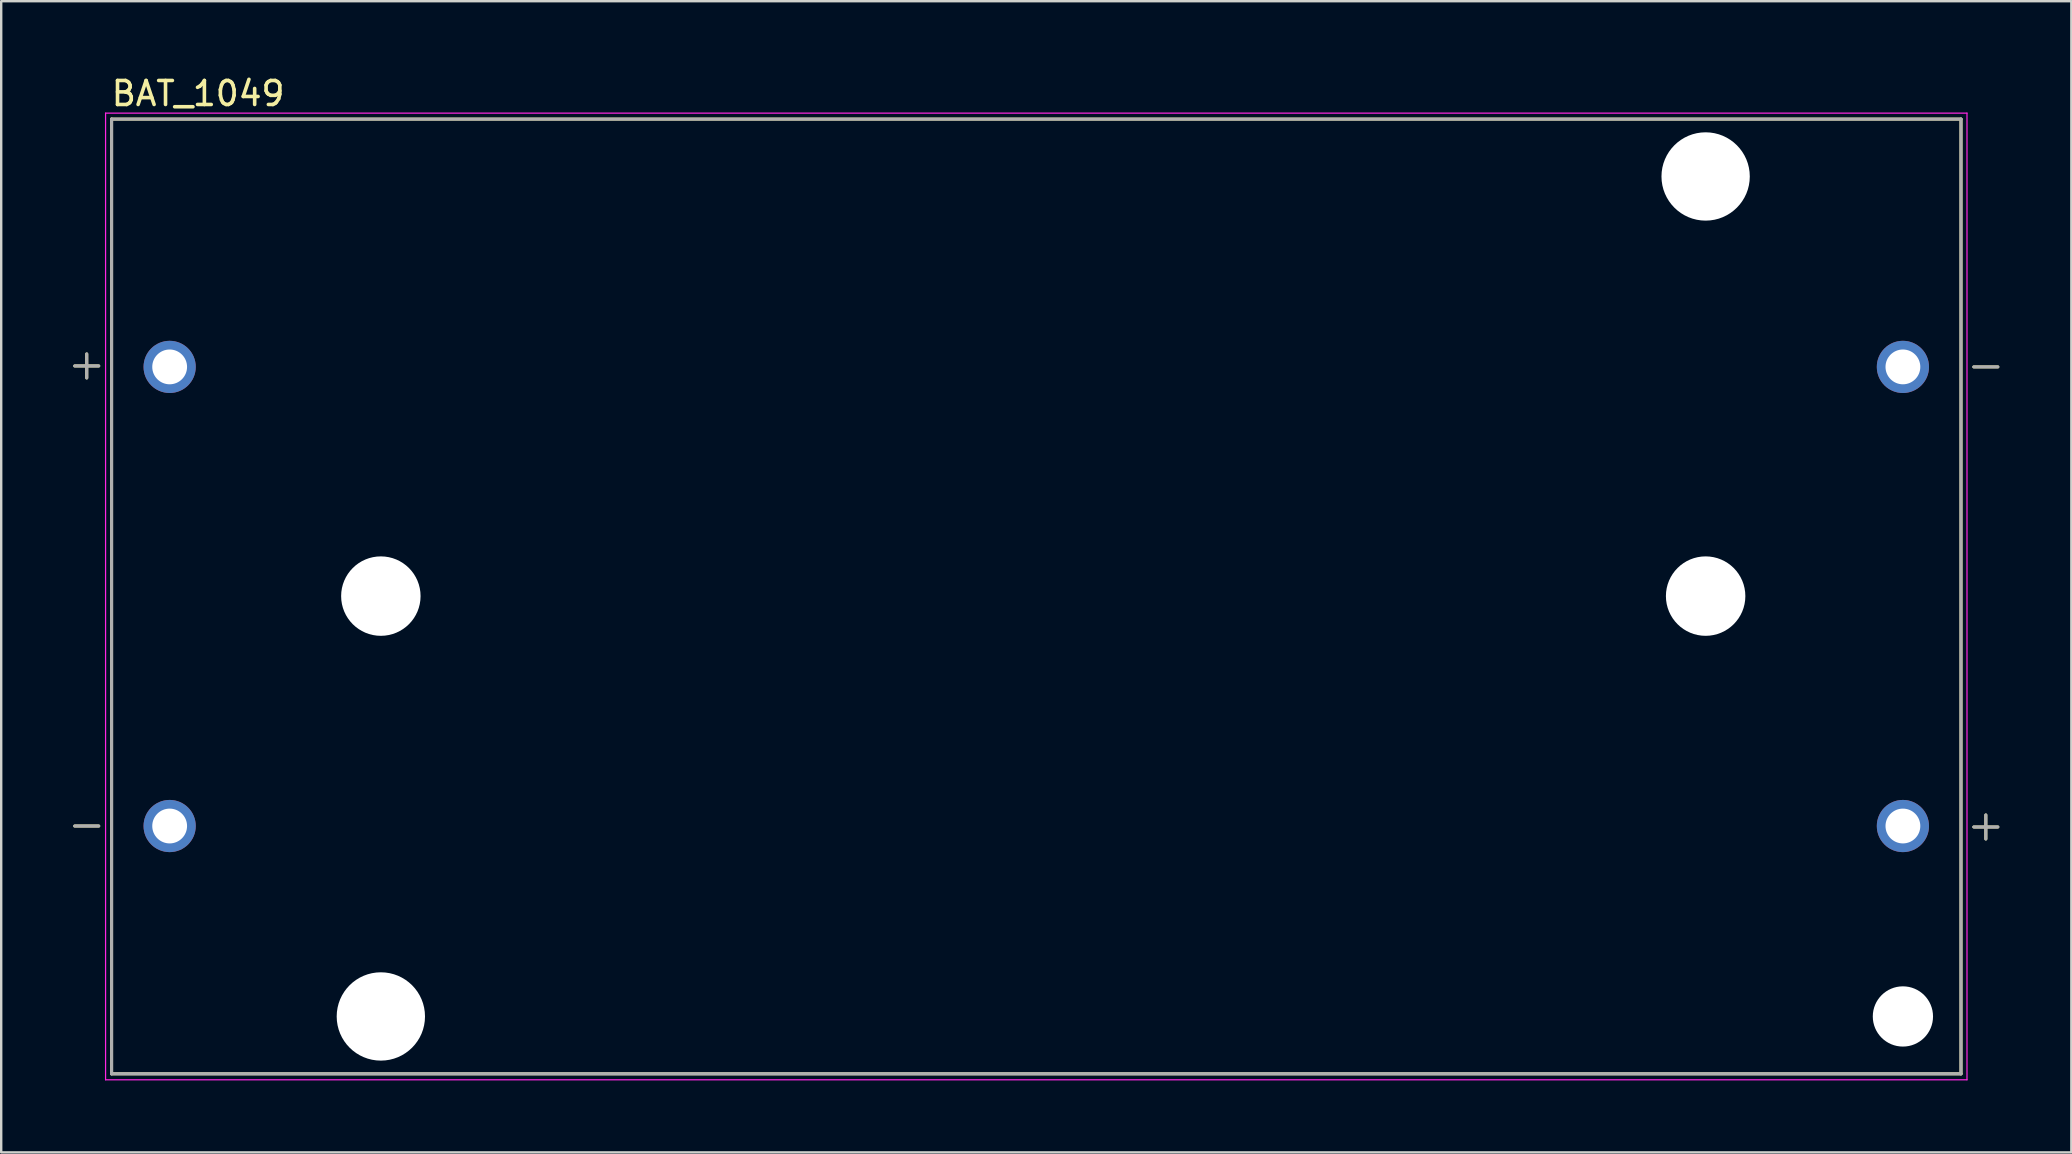
<source format=kicad_pcb>
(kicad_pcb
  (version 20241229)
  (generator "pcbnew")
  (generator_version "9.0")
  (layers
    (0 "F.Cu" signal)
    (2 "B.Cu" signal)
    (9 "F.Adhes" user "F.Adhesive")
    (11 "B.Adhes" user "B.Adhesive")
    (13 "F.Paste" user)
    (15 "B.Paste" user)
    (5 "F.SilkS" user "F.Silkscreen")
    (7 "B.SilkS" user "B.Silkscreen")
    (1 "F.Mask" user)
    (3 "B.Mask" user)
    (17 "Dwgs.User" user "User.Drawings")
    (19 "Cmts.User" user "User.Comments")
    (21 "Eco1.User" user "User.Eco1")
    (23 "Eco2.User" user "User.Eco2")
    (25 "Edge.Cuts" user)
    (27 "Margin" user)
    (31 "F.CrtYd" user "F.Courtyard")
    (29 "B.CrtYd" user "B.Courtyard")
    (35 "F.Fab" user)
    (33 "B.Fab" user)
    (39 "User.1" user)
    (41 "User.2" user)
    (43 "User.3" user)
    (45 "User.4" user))
  (footprint "BAT_1049"
    (layer "F.Cu")
    (at 40.129 21.803)
    (property "Reference" "BAT_1049" (at -34.925 -20.955 0) (layer "F.SilkS") (effects (font (size 1 1) (thickness 0.15))))
    (attr through_hole)
    (fp_line (start -40.065 9.565) (end -39.065 9.565) (stroke (width 0.127) (type solid)) (layer "F.SilkS"))
    (fp_line (start -39.565 -9.105) (end -39.565 -10.105) (stroke (width 0.127) (type solid)) (layer "F.SilkS"))
    (fp_line (start -39.065 -9.605) (end -40.065 -9.605) (stroke (width 0.127) (type solid)) (layer "F.SilkS"))
    (fp_line (start -38.53 -19.89) (end 38.53 -19.89) (stroke (width 0.127) (type solid)) (layer "F.SilkS"))
    (fp_line (start -38.53 19.89) (end -38.53 -19.89) (stroke (width 0.127) (type solid)) (layer "F.SilkS"))
    (fp_line (start 38.53 -19.89) (end 38.53 19.89) (stroke (width 0.127) (type solid)) (layer "F.SilkS"))
    (fp_line (start 38.53 19.89) (end -38.53 19.89) (stroke (width 0.127) (type solid)) (layer "F.SilkS"))
    (fp_line (start 39.065 9.605) (end 40.065 9.605) (stroke (width 0.127) (type solid)) (layer "F.SilkS"))
    (fp_line (start 39.565 9.105) (end 39.565 10.105) (stroke (width 0.127) (type solid)) (layer "F.SilkS"))
    (fp_line (start 40.065 -9.565) (end 39.065 -9.565) (stroke (width 0.127) (type solid)) (layer "F.SilkS"))
    (fp_line (start -38.78 -20.14) (end 38.78 -20.14) (stroke (width 0.05) (type solid)) (layer "F.CrtYd"))
    (fp_line (start -38.78 20.14) (end -38.78 -20.14) (stroke (width 0.05) (type solid)) (layer "F.CrtYd"))
    (fp_line (start 38.78 -20.14) (end 38.78 20.14) (stroke (width 0.05) (type solid)) (layer "F.CrtYd"))
    (fp_line (start 38.78 20.14) (end -38.78 20.14) (stroke (width 0.05) (type solid)) (layer "F.CrtYd"))
    (fp_line (start -40.065 -9.605) (end -39.065 -9.605) (stroke (width 0.127) (type solid)) (layer "F.Fab"))
    (fp_line (start -40.065 9.565) (end -39.065 9.565) (stroke (width 0.127) (type solid)) (layer "F.Fab"))
    (fp_line (start -39.565 -9.105) (end -39.565 -10.105) (stroke (width 0.127) (type solid)) (layer "F.Fab"))
    (fp_line (start -38.53 -19.89) (end 38.53 -19.89) (stroke (width 0.127) (type solid)) (layer "F.Fab"))
    (fp_line (start -38.53 19.89) (end -38.53 -19.89) (stroke (width 0.127) (type solid)) (layer "F.Fab"))
    (fp_line (start 38.53 -19.89) (end 38.53 19.89) (stroke (width 0.127) (type solid)) (layer "F.Fab"))
    (fp_line (start 38.53 19.89) (end -38.53 19.89) (stroke (width 0.127) (type solid)) (layer "F.Fab"))
    (fp_line (start 39.565 9.105) (end 39.565 10.105) (stroke (width 0.127) (type solid)) (layer "F.Fab"))
    (fp_line (start 40.065 -9.565) (end 39.065 -9.565) (stroke (width 0.127) (type solid)) (layer "F.Fab"))
    (fp_line (start 40.065 9.605) (end 39.065 9.605) (stroke (width 0.127) (type solid)) (layer "F.Fab"))
    (pad "" np_thru_hole circle (at -27.31 -0.015) (size 3.31 3.31) (drill 3.31) (layers "*.Cu" "*.Mask"))
    (pad "" np_thru_hole circle (at -27.31 17.5) (size 3.68 3.68) (drill 3.68) (layers "*.Cu" "*.Mask"))
    (pad "" np_thru_hole circle (at 27.89 -17.5) (size 3.68 3.68) (drill 3.68) (layers "*.Cu" "*.Mask"))
    (pad "" np_thru_hole circle (at 27.89 -0.015) (size 3.31 3.31) (drill 3.31) (layers "*.Cu" "*.Mask"))
    (pad "" np_thru_hole circle (at 36.11 17.5) (size 2.51 2.51) (drill 2.51) (layers "*.Cu" "*.Mask"))
    (pad "N1" thru_hole circle (at 36.11 -9.565) (size 2.175 2.175) (drill 1.45) (layers "*.Cu" "*.Mask"))
    (pad "N2" thru_hole circle (at -36.11 9.565) (size 2.175 2.175) (drill 1.45) (layers "*.Cu" "*.Mask"))
    (pad "P1" thru_hole circle (at -36.11 -9.565) (size 2.175 2.175) (drill 1.45) (layers "*.Cu" "*.Mask"))
    (pad "P2" thru_hole circle (at 36.11 9.565) (size 2.175 2.175) (drill 1.45) (layers "*.Cu" "*.Mask")))
  (gr_rect
    (start -3 -3)
    (end 83.257 44.968)
    (stroke (width 0.1) (type default))
    (fill no)
    (layer "Edge.Cuts")))
</source>
